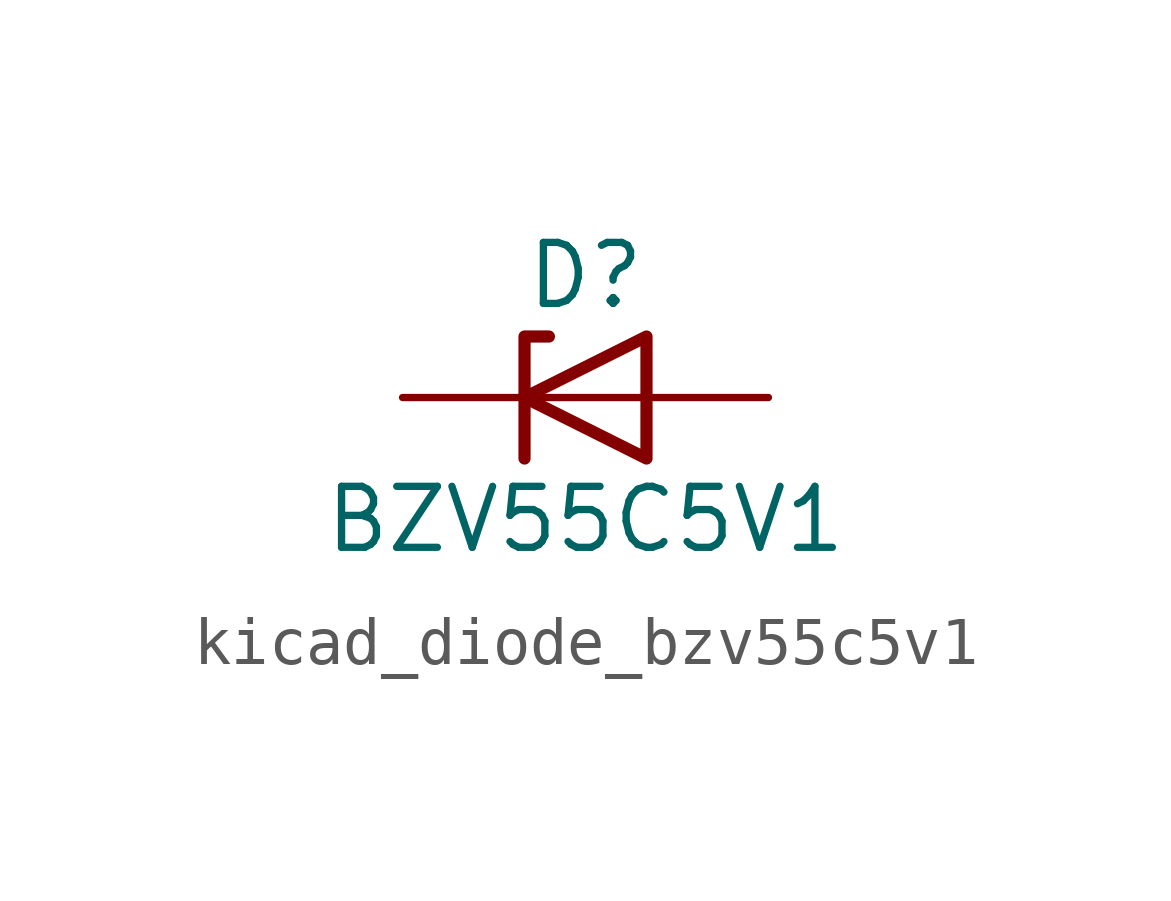
<source format=kicad_sym>
(kicad_symbol_lib
  (version 20220914)
  (generator kicad_symbol_editor)
  (symbol "kicad_diode_bzv55c5v1"
    (pin_numbers hide)
    (pin_names hide)
    (property "Reference" "D"
      (at 0 2.54 0)
      (effects (font (size 1.27 1.27))))
    (property "Value" "BZV55C5V1"
      (at 0 -2.54 0)
      (effects (font (size 1.27 1.27))))
    (symbol "kicad_diode_bzv55c5v1_0_1"
      (polyline (pts (xy 1.27 0) (xy -1.27 0)) (stroke (width 0) (type default)) (fill (type none)))
      (polyline (pts (xy -1.27 -1.27) (xy -1.27 1.27) (xy -0.762 1.27)) (stroke (width 0.254) (type default)) (fill (type none)))
      (polyline (pts (xy 1.27 -1.27) (xy 1.27 1.27) (xy -1.27 0) (xy 1.27 -1.27)) (stroke (width 0.254) (type default)) (fill (type none))))
    (symbol "kicad_diode_bzv55c5v1_1_1"
      (pin passive line (at -3.81 0 0) (length 2.54) (name "K" (effects (font (size 1.27 1.27)))) (number "1" (effects (font (size 1.27 1.27)))))
      (pin passive line (at 3.81 0 180) (length 2.54) (name "A" (effects (font (size 1.27 1.27)))) (number "2" (effects (font (size 1.27 1.27))))))))
</source>
